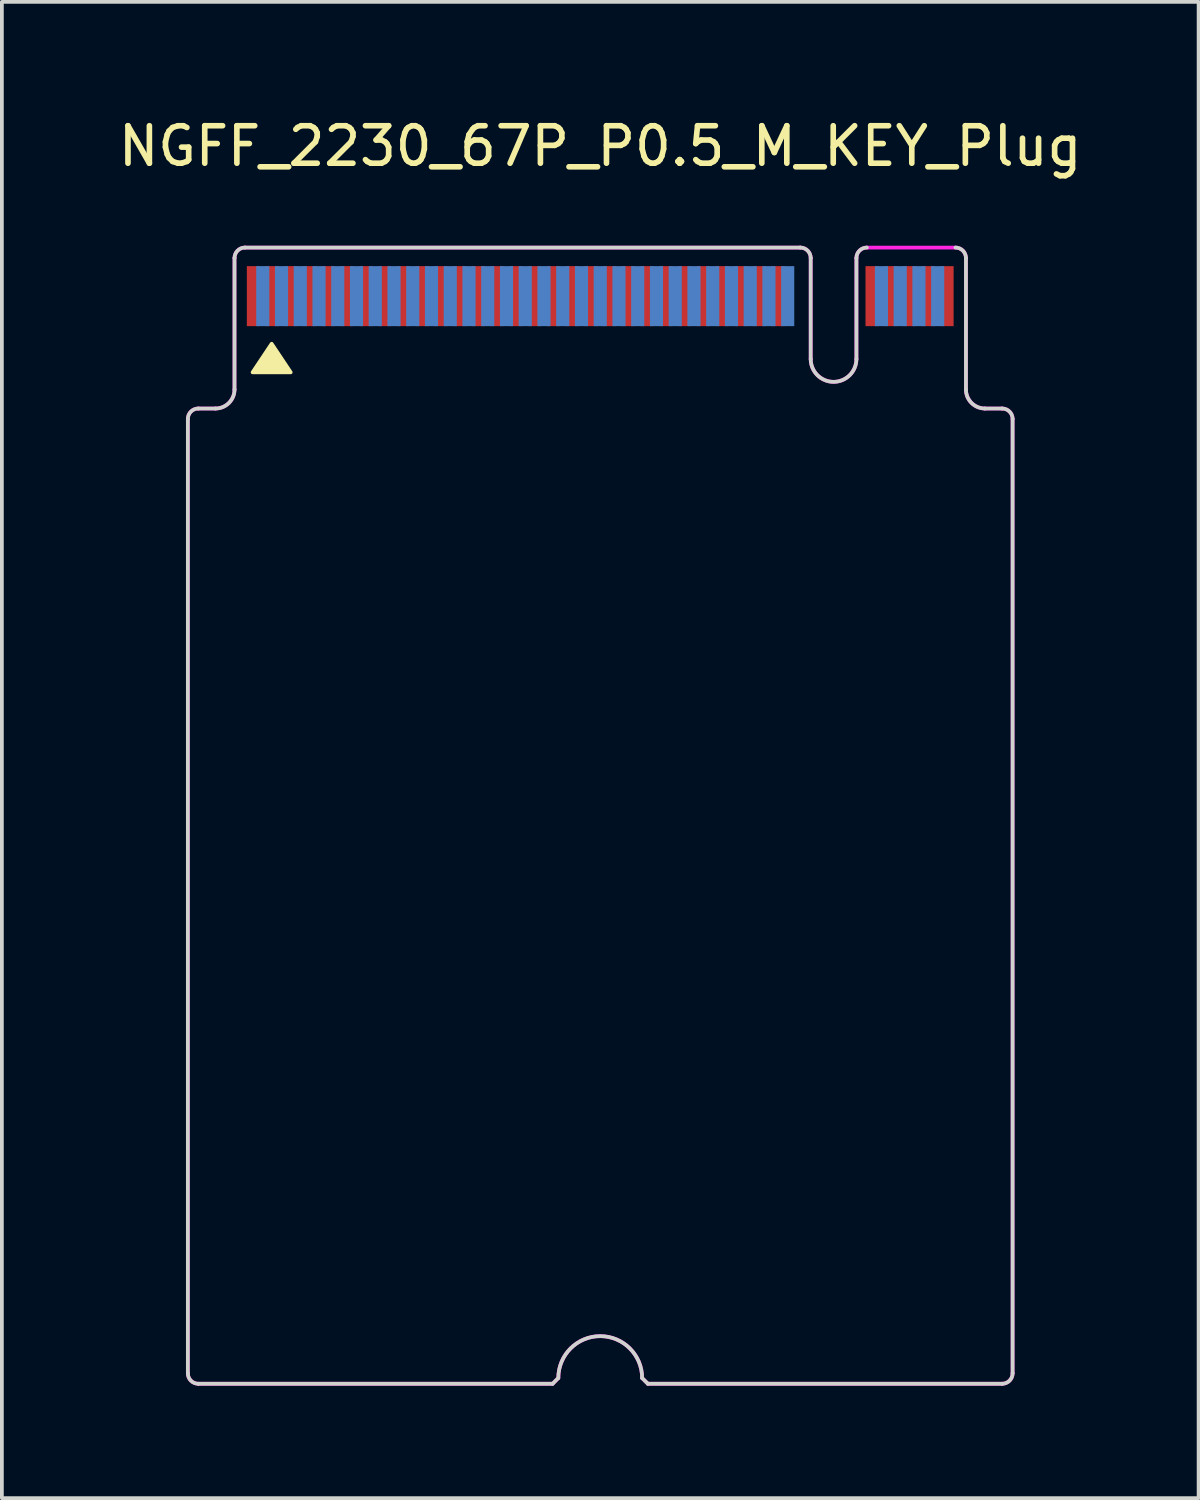
<source format=kicad_pcb>
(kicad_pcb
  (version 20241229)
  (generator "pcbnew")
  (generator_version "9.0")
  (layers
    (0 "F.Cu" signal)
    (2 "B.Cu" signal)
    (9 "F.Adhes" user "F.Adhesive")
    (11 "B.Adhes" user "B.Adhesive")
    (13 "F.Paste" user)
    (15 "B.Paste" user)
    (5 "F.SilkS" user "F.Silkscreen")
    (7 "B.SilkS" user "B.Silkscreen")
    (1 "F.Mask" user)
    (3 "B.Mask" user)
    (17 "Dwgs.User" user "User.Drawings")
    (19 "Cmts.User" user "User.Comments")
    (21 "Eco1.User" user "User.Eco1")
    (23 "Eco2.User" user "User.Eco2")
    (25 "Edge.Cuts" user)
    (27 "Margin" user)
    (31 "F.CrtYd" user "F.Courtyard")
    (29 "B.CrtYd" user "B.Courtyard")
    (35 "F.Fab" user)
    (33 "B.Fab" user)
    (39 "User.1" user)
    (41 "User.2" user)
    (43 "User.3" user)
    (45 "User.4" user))
  (footprint "NGFF_2230_67P_P0.5_M_KEY_Plug"
    (layer "F.Cu")
    (at 12.958 4.848)
    (property "Reference" "NGFF_2230_67P_P0.5_M_KEY_Plug" (at 0 -4 0) (layer "F.SilkS") (effects (font (size 1 1) (thickness 0.15))))
    (attr smd)
    (fp_poly (pts (xy -8.763 1.27) (xy -8.255 2.032) (xy -9.271 2.032)) (stroke (width 0.1) (type solid)) (fill yes) (layer "F.SilkS"))
    (fp_line (start -10.998 28.727) (end -10.998 3.277) (stroke (width 0.1) (type solid)) (layer "Edge.Cuts"))
    (fp_line (start -10.719 2.997) (end -10.262 2.997) (stroke (width 0.1) (type solid)) (layer "Edge.Cuts"))
    (fp_line (start -10.719 29.007) (end -1.27 29.007) (stroke (width 0.1) (type solid)) (layer "Edge.Cuts"))
    (fp_line (start -9.754 2.489) (end -9.754 -1.016) (stroke (width 0.1) (type solid)) (layer "Edge.Cuts"))
    (fp_line (start -9.474 -1.295) (end 5.334 -1.295) (stroke (width 0.1) (type solid)) (layer "Edge.Cuts"))
    (fp_line (start -1.27 29.007) (end -1.118 28.854) (stroke (width 0.1) (type solid)) (layer "Edge.Cuts"))
    (fp_line (start 1.27 29.007) (end 1.118 28.854) (stroke (width 0.1) (type solid)) (layer "Edge.Cuts"))
    (fp_line (start 1.27 29.007) (end 10.719 29.007) (stroke (width 0.1) (type solid)) (layer "Edge.Cuts"))
    (fp_line (start 5.613 1.676) (end 5.613 -1.016) (stroke (width 0.1) (type solid)) (layer "Edge.Cuts"))
    (fp_line (start 6.833 1.676) (end 6.833 -1.016) (stroke (width 0.1) (type solid)) (layer "Edge.Cuts"))
    (fp_line (start 9.754 2.489) (end 9.754 -1.016) (stroke (width 0.1) (type solid)) (layer "Edge.Cuts"))
    (fp_line (start 10.719 2.997) (end 10.262 2.997) (stroke (width 0.1) (type solid)) (layer "Edge.Cuts"))
    (fp_line (start 10.998 28.727) (end 10.998 3.277) (stroke (width 0.1) (type solid)) (layer "Edge.Cuts"))
    (fp_arc (start -10.9982 3.2766) (mid -10.916366 3.079034) (end -10.7188 2.9972) (stroke (width 0.1) (type solid)) (layer "Edge.Cuts"))
    (fp_arc (start -10.7188 29.0068) (mid -10.916366 28.924966) (end -10.9982 28.7274) (stroke (width 0.1) (type solid)) (layer "Edge.Cuts"))
    (fp_arc (start -9.7536 -1.016) (mid -9.671766 -1.213566) (end -9.4742 -1.2954) (stroke (width 0.1) (type solid)) (layer "Edge.Cuts"))
    (fp_arc (start -9.7536 2.4892) (mid -9.90239 2.84841) (end -10.2616 2.9972) (stroke (width 0.1) (type solid)) (layer "Edge.Cuts"))
    (fp_arc (start -1.1176 28.8544) (mid 0 27.7368) (end 1.1176 28.8544) (stroke (width 0.1) (type solid)) (layer "Edge.Cuts"))
    (fp_arc (start 5.334 -1.2954) (mid 5.531566 -1.213566) (end 5.6134 -1.016) (stroke (width 0.1) (type solid)) (layer "Edge.Cuts"))
    (fp_arc (start 6.8326 -1.016) (mid 6.914434 -1.213566) (end 7.112 -1.2954) (stroke (width 0.1) (type solid)) (layer "Edge.Cuts"))
    (fp_arc (start 6.8326 1.6764) (mid 6.223 2.286) (end 5.6134 1.6764) (stroke (width 0.1) (type solid)) (layer "Edge.Cuts"))
    (fp_arc (start 9.4742 -1.2954) (mid 9.671766 -1.213566) (end 9.7536 -1.016) (stroke (width 0.1) (type solid)) (layer "Edge.Cuts"))
    (fp_arc (start 10.2616 2.9972) (mid 9.90239 2.84841) (end 9.7536 2.4892) (stroke (width 0.1) (type solid)) (layer "Edge.Cuts"))
    (fp_arc (start 10.7188 2.9972) (mid 10.916366 3.079034) (end 10.9982 3.2766) (stroke (width 0.1) (type solid)) (layer "Edge.Cuts"))
    (fp_arc (start 10.9982 28.7274) (mid 10.916366 28.924966) (end 10.7188 29.0068) (stroke (width 0.1) (type solid)) (layer "Edge.Cuts"))
    (fp_line (start -10.998 3.277) (end -10.998 28.727) (stroke (width 0.1) (type solid)) (layer "F.CrtYd"))
    (fp_line (start -10.262 2.997) (end -10.719 2.997) (stroke (width 0.1) (type solid)) (layer "F.CrtYd"))
    (fp_line (start -9.754 -1.016) (end -9.754 2.489) (stroke (width 0.1) (type solid)) (layer "F.CrtYd"))
    (fp_line (start -1.27 29.007) (end -10.719 29.007) (stroke (width 0.1) (type solid)) (layer "F.CrtYd"))
    (fp_line (start -1.118 28.854) (end -1.27 29.007) (stroke (width 0.1) (type solid)) (layer "F.CrtYd"))
    (fp_line (start 1.118 28.854) (end 1.27 29.007) (stroke (width 0.1) (type solid)) (layer "F.CrtYd"))
    (fp_line (start 1.27 29.007) (end 10.719 29.007) (stroke (width 0.1) (type solid)) (layer "F.CrtYd"))
    (fp_line (start 5.334 -1.295) (end -9.474 -1.295) (stroke (width 0.1) (type solid)) (layer "F.CrtYd"))
    (fp_line (start 5.613 -1.016) (end 5.613 1.676) (stroke (width 0.1) (type solid)) (layer "F.CrtYd"))
    (fp_line (start 6.833 -1.024) (end 6.833 1.676) (stroke (width 0.1) (type solid)) (layer "F.CrtYd"))
    (fp_line (start 7.112 -1.295) (end 9.474 -1.295) (stroke (width 0.1) (type solid)) (layer "F.CrtYd"))
    (fp_line (start 9.754 -1.016) (end 9.754 2.489) (stroke (width 0.1) (type solid)) (layer "F.CrtYd"))
    (fp_line (start 10.719 2.997) (end 10.262 2.997) (stroke (width 0.1) (type solid)) (layer "F.CrtYd"))
    (fp_line (start 10.998 3.277) (end 10.998 28.727) (stroke (width 0.1) (type solid)) (layer "F.CrtYd"))
    (fp_arc (start -10.9982 3.2766) (mid -10.916366 3.079034) (end -10.7188 2.9972) (stroke (width 0.1) (type solid)) (layer "F.CrtYd"))
    (fp_arc (start -10.7188 29.0068) (mid -10.916366 28.924966) (end -10.9982 28.7274) (stroke (width 0.1) (type solid)) (layer "F.CrtYd"))
    (fp_arc (start -9.7536 -1.016) (mid -9.671766 -1.213566) (end -9.4742 -1.2954) (stroke (width 0.1) (type solid)) (layer "F.CrtYd"))
    (fp_arc (start -9.7536 2.4892) (mid -9.90239 2.84841) (end -10.2616 2.9972) (stroke (width 0.1) (type solid)) (layer "F.CrtYd"))
    (fp_arc (start -1.1176 28.8544) (mid 0 27.7368) (end 1.1176 28.8544) (stroke (width 0.1) (type solid)) (layer "F.CrtYd"))
    (fp_arc (start 5.334 -1.2954) (mid 5.531566 -1.213566) (end 5.6134 -1.016) (stroke (width 0.1) (type solid)) (layer "F.CrtYd"))
    (fp_arc (start 6.8326 -1.016) (mid 6.914434 -1.213566) (end 7.112 -1.2954) (stroke (width 0.1) (type solid)) (layer "F.CrtYd"))
    (fp_arc (start 6.8326 1.6764) (mid 6.223 2.286) (end 5.6134 1.6764) (stroke (width 0.1) (type solid)) (layer "F.CrtYd"))
    (fp_arc (start 9.4742 -1.2954) (mid 9.671766 -1.213566) (end 9.7536 -1.016) (stroke (width 0.1) (type solid)) (layer "F.CrtYd"))
    (fp_arc (start 10.2616 2.9972) (mid 9.90239 2.84841) (end 9.7536 2.4892) (stroke (width 0.1) (type solid)) (layer "F.CrtYd"))
    (fp_arc (start 10.7188 2.9972) (mid 10.916366 3.079034) (end 10.9982 3.2766) (stroke (width 0.1) (type solid)) (layer "F.CrtYd"))
    (fp_arc (start 10.9982 28.7274) (mid 10.916366 28.924966) (end 10.7188 29.0068) (stroke (width 0.1) (type solid)) (layer "F.CrtYd"))
    (pad "1" smd rect (at -9.25 0) (size 0.35 1.6) (layers "F.Cu" "F.Mask" "F.Paste"))
    (pad "2" smd rect (at -9 0) (size 0.35 1.6) (layers "B.Cu" "B.Mask" "B.Paste"))
    (pad "3" smd rect (at -8.75 0) (size 0.35 1.6) (layers "F.Cu" "F.Mask" "F.Paste"))
    (pad "4" smd rect (at -8.5 0) (size 0.35 1.6) (layers "B.Cu" "B.Mask" "B.Paste"))
    (pad "5" smd rect (at -8.25 0) (size 0.35 1.6) (layers "F.Cu" "F.Mask" "F.Paste"))
    (pad "6" smd rect (at -8 0) (size 0.35 1.6) (layers "B.Cu" "B.Mask" "B.Paste"))
    (pad "7" smd rect (at -7.75 0) (size 0.35 1.6) (layers "F.Cu" "F.Mask" "F.Paste"))
    (pad "8" smd rect (at -7.5 0) (size 0.35 1.6) (layers "B.Cu" "B.Mask" "B.Paste"))
    (pad "9" smd rect (at -7.25 0) (size 0.35 1.6) (layers "F.Cu" "F.Mask" "F.Paste"))
    (pad "10" smd rect (at -7 0) (size 0.35 1.6) (layers "B.Cu" "B.Mask" "B.Paste"))
    (pad "11" smd rect (at -6.75 0) (size 0.35 1.6) (layers "F.Cu" "F.Mask" "F.Paste"))
    (pad "12" smd rect (at -6.5 0) (size 0.35 1.6) (layers "B.Cu" "B.Mask" "B.Paste"))
    (pad "13" smd rect (at -6.25 0) (size 0.35 1.6) (layers "F.Cu" "F.Mask" "F.Paste"))
    (pad "14" smd rect (at -6 0) (size 0.35 1.6) (layers "B.Cu" "B.Mask" "B.Paste"))
    (pad "15" smd rect (at -5.75 0) (size 0.35 1.6) (layers "F.Cu" "F.Mask" "F.Paste"))
    (pad "16" smd rect (at -5.5 0) (size 0.35 1.6) (layers "B.Cu" "B.Mask" "B.Paste"))
    (pad "17" smd rect (at -5.25 0) (size 0.35 1.6) (layers "F.Cu" "F.Mask" "F.Paste"))
    (pad "18" smd rect (at -5 0) (size 0.35 1.6) (layers "B.Cu" "B.Mask" "B.Paste"))
    (pad "19" smd rect (at -4.75 0) (size 0.35 1.6) (layers "F.Cu" "F.Mask" "F.Paste"))
    (pad "20" smd rect (at -4.5 0) (size 0.35 1.6) (layers "B.Cu" "B.Mask" "B.Paste"))
    (pad "21" smd rect (at -4.25 0) (size 0.35 1.6) (layers "F.Cu" "F.Mask" "F.Paste"))
    (pad "22" smd rect (at -4 0) (size 0.35 1.6) (layers "B.Cu" "B.Mask" "B.Paste"))
    (pad "23" smd rect (at -3.75 0) (size 0.35 1.6) (layers "F.Cu" "F.Mask" "F.Paste"))
    (pad "24" smd rect (at -3.5 0) (size 0.35 1.6) (layers "B.Cu" "B.Mask" "B.Paste"))
    (pad "25" smd rect (at -3.25 0) (size 0.35 1.6) (layers "F.Cu" "F.Mask" "F.Paste"))
    (pad "26" smd rect (at -3 0) (size 0.35 1.6) (layers "B.Cu" "B.Mask" "B.Paste"))
    (pad "27" smd rect (at -2.75 0) (size 0.35 1.6) (layers "F.Cu" "F.Mask" "F.Paste"))
    (pad "28" smd rect (at -2.5 0) (size 0.35 1.6) (layers "B.Cu" "B.Mask" "B.Paste"))
    (pad "29" smd rect (at -2.25 0) (size 0.35 1.6) (layers "F.Cu" "F.Mask" "F.Paste"))
    (pad "30" smd rect (at -2 0) (size 0.35 1.6) (layers "B.Cu" "B.Mask" "B.Paste"))
    (pad "31" smd rect (at -1.75 0) (size 0.35 1.6) (layers "F.Cu" "F.Mask" "F.Paste"))
    (pad "32" smd rect (at -1.5 0) (size 0.35 1.6) (layers "B.Cu" "B.Mask" "B.Paste"))
    (pad "33" smd rect (at -1.25 0) (size 0.35 1.6) (layers "F.Cu" "F.Mask" "F.Paste"))
    (pad "34" smd rect (at -1 0) (size 0.35 1.6) (layers "B.Cu" "B.Mask" "B.Paste"))
    (pad "35" smd rect (at -0.75 0) (size 0.35 1.6) (layers "F.Cu" "F.Mask" "F.Paste"))
    (pad "36" smd rect (at -0.5 0) (size 0.35 1.6) (layers "B.Cu" "B.Mask" "B.Paste"))
    (pad "37" smd rect (at -0.25 0) (size 0.35 1.6) (layers "F.Cu" "F.Mask" "F.Paste"))
    (pad "38" smd rect (at 0 0) (size 0.35 1.6) (layers "B.Cu" "B.Mask" "B.Paste"))
    (pad "39" smd rect (at 0.25 0) (size 0.35 1.6) (layers "F.Cu" "F.Mask" "F.Paste"))
    (pad "40" smd rect (at 0.5 0) (size 0.35 1.6) (layers "B.Cu" "B.Mask" "B.Paste"))
    (pad "41" smd rect (at 0.75 0) (size 0.35 1.6) (layers "F.Cu" "F.Mask" "F.Paste"))
    (pad "42" smd rect (at 1 0) (size 0.35 1.6) (layers "B.Cu" "B.Mask" "B.Paste"))
    (pad "43" smd rect (at 1.25 0) (size 0.35 1.6) (layers "F.Cu" "F.Mask" "F.Paste"))
    (pad "44" smd rect (at 1.5 0) (size 0.35 1.6) (layers "B.Cu" "B.Mask" "B.Paste"))
    (pad "45" smd rect (at 1.75 0) (size 0.35 1.6) (layers "F.Cu" "F.Mask" "F.Paste"))
    (pad "46" smd rect (at 2 0) (size 0.35 1.6) (layers "B.Cu" "B.Mask" "B.Paste"))
    (pad "47" smd rect (at 2.25 0) (size 0.35 1.6) (layers "F.Cu" "F.Mask" "F.Paste"))
    (pad "48" smd rect (at 2.5 0) (size 0.35 1.6) (layers "B.Cu" "B.Mask" "B.Paste"))
    (pad "49" smd rect (at 2.75 0) (size 0.35 1.6) (layers "F.Cu" "F.Mask" "F.Paste"))
    (pad "50" smd rect (at 3 0) (size 0.35 1.6) (layers "B.Cu" "B.Mask" "B.Paste"))
    (pad "51" smd rect (at 3.25 0) (size 0.35 1.6) (layers "F.Cu" "F.Mask" "F.Paste"))
    (pad "52" smd rect (at 3.5 0) (size 0.35 1.6) (layers "B.Cu" "B.Mask" "B.Paste"))
    (pad "53" smd rect (at 3.75 0) (size 0.35 1.6) (layers "F.Cu" "F.Mask" "F.Paste"))
    (pad "54" smd rect (at 4 0) (size 0.35 1.6) (layers "B.Cu" "B.Mask" "B.Paste"))
    (pad "55" smd rect (at 4.25 0) (size 0.35 1.6) (layers "F.Cu" "F.Mask" "F.Paste"))
    (pad "56" smd rect (at 4.5 0) (size 0.35 1.6) (layers "B.Cu" "B.Mask" "B.Paste"))
    (pad "57" smd rect (at 4.75 0) (size 0.35 1.6) (layers "F.Cu" "F.Mask" "F.Paste"))
    (pad "58" smd rect (at 5 0) (size 0.35 1.6) (layers "B.Cu" "B.Mask" "B.Paste"))
    (pad "67" smd rect (at 7.25 0) (size 0.35 1.6) (layers "F.Cu" "F.Mask" "F.Paste"))
    (pad "68" smd rect (at 7.5 0) (size 0.35 1.6) (layers "B.Cu" "B.Mask" "B.Paste"))
    (pad "69" smd rect (at 7.75 0) (size 0.35 1.6) (layers "F.Cu" "F.Mask" "F.Paste"))
    (pad "70" smd rect (at 8 0) (size 0.35 1.6) (layers "B.Cu" "B.Mask" "B.Paste"))
    (pad "71" smd rect (at 8.25 0) (size 0.35 1.6) (layers "F.Cu" "F.Mask" "F.Paste"))
    (pad "72" smd rect (at 8.5 0) (size 0.35 1.6) (layers "B.Cu" "B.Mask" "B.Paste"))
    (pad "73" smd rect (at 8.75 0) (size 0.35 1.6) (layers "F.Cu" "F.Mask" "F.Paste"))
    (pad "74" smd rect (at 9 0) (size 0.35 1.6) (layers "B.Cu" "B.Mask" "B.Paste"))
    (pad "75" smd rect (at 9.25 0) (size 0.35 1.6) (layers "F.Cu" "F.Mask" "F.Paste")))
  (gr_rect
    (start -3 -3)
    (end 28.917 36.905)
    (stroke (width 0.1) (type default))
    (fill no)
    (layer "Edge.Cuts")))
</source>
